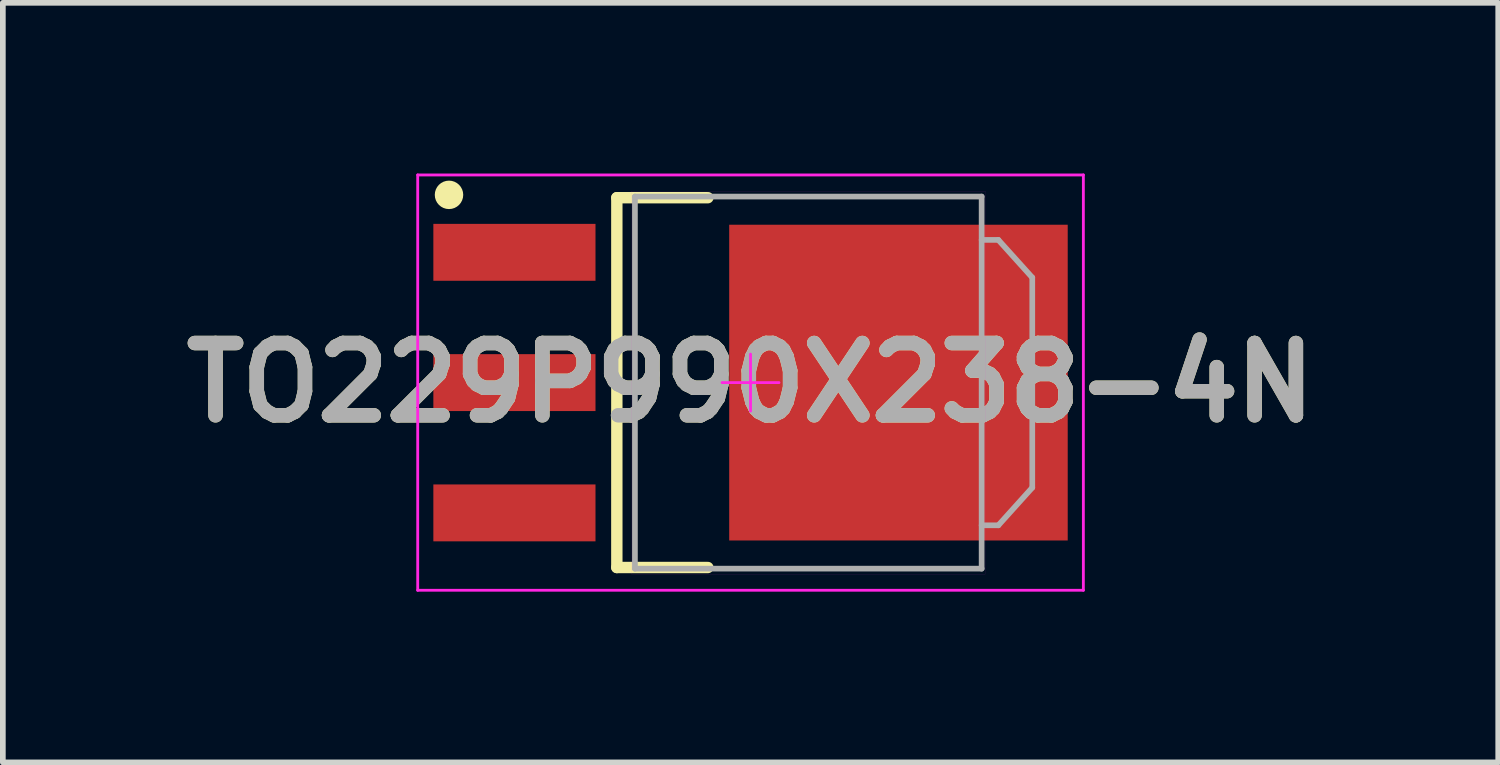
<source format=kicad_pcb>
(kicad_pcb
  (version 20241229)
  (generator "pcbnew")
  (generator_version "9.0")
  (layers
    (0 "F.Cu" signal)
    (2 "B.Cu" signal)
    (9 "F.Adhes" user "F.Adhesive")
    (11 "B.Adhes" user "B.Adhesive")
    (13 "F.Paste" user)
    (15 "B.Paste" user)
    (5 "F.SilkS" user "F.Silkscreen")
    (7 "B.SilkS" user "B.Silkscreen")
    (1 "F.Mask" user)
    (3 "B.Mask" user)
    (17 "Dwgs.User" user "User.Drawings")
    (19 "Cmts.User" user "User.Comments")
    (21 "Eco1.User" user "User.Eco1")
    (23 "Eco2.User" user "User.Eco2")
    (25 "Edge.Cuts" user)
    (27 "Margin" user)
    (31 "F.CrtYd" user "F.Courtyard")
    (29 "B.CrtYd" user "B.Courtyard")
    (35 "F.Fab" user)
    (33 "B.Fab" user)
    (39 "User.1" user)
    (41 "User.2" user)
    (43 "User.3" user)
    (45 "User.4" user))
  (footprint "TO229P990X238-4N"
    (layer "F.Cu")
    (at 10.142 3.675)
    (property "Reference" "TO229P990X238-4N" (at 0 0 0) (layer "F.SilkS") (effects (font (size 1.27 1.27) (thickness 0.254))))
    (attr smd)
    (fp_line (start -2.35 -3.25) (end -0.75 -3.25) (stroke (width 0.2) (type solid)) (layer "F.SilkS"))
    (fp_line (start -2.35 3.25) (end -2.35 -3.25) (stroke (width 0.2) (type solid)) (layer "F.SilkS"))
    (fp_line (start -0.75 3.25) (end -2.35 3.25) (stroke (width 0.2) (type solid)) (layer "F.SilkS"))
    (fp_circle (center -5.3 -3.3) (end -5.3 -3.175) (stroke (width 0.25) (type solid)) (fill no) (layer "F.SilkS"))
    (fp_line (start -5.85 -3.65) (end -5.85 3.65) (stroke (width 0.05) (type solid)) (layer "F.CrtYd"))
    (fp_line (start -5.85 3.65) (end 5.85 3.65) (stroke (width 0.05) (type solid)) (layer "F.CrtYd"))
    (fp_line (start -2.095 -3.365) (end -2.095 3.365) (stroke (width 0.001) (type solid)) (layer "F.CrtYd"))
    (fp_line (start -2.095 3.365) (end 4.125 3.365) (stroke (width 0.001) (type solid)) (layer "F.CrtYd"))
    (fp_line (start -0.5 0) (end 0.5 0) (stroke (width 0.05) (type solid)) (layer "F.CrtYd"))
    (fp_line (start 0 0.5) (end 0 -0.5) (stroke (width 0.05) (type solid)) (layer "F.CrtYd"))
    (fp_line (start 4.125 -3.365) (end -2.095 -3.365) (stroke (width 0.001) (type solid)) (layer "F.CrtYd"))
    (fp_line (start 4.125 3.365) (end 4.125 -3.365) (stroke (width 0.001) (type solid)) (layer "F.CrtYd"))
    (fp_line (start 5.85 -3.65) (end -5.85 -3.65) (stroke (width 0.05) (type solid)) (layer "F.CrtYd"))
    (fp_line (start 5.85 3.65) (end 5.85 -3.65) (stroke (width 0.05) (type solid)) (layer "F.CrtYd"))
    (fp_line (start -2.032 -3.27) (end -2.032 3.27) (stroke (width 0.1) (type solid)) (layer "F.Fab"))
    (fp_line (start -2.032 3.27) (end 4.062 3.27) (stroke (width 0.1) (type solid)) (layer "F.Fab"))
    (fp_line (start 4.062 -3.27) (end -2.032 -3.27) (stroke (width 0.1) (type solid)) (layer "F.Fab"))
    (fp_line (start 4.062 2.508) (end 4.356 2.508) (stroke (width 0.1) (type solid)) (layer "F.Fab"))
    (fp_line (start 4.062 3.27) (end 4.062 -3.27) (stroke (width 0.1) (type solid)) (layer "F.Fab"))
    (fp_line (start 4.356 -2.508) (end 4.062 -2.508) (stroke (width 0.1) (type solid)) (layer "F.Fab"))
    (fp_line (start 4.356 2.508) (end 4.952 1.846) (stroke (width 0.1) (type solid)) (layer "F.Fab"))
    (fp_line (start 4.952 -1.847) (end 4.356 -2.508) (stroke (width 0.1) (type solid)) (layer "F.Fab"))
    (fp_line (start 4.952 1.846) (end 4.952 -1.847) (stroke (width 0.1) (type solid)) (layer "F.Fab"))
    (fp_text user "${REFERENCE}" (at 0 0 0) (layer "F.Fab") (effects (font (size 1.27 1.27) (thickness 0.254))))
    (pad "1" smd rect (at -4.15 -2.29 90) (size 1 2.85) (layers "F.Cu" "F.Mask" "F.Paste"))
    (pad "2" smd rect (at -4.15 0 90) (size 1 2.85) (layers "F.Cu" "F.Mask" "F.Paste"))
    (pad "3" smd rect (at -4.15 2.29 90) (size 1 2.85) (layers "F.Cu" "F.Mask" "F.Paste"))
    (pad "4" smd rect (at 2.6 0 90) (size 5.55 5.95) (layers "F.Cu" "F.Mask" "F.Paste")))
  (gr_rect
    (start -3 -3)
    (end 23.284 10.35)
    (stroke (width 0.1) (type default))
    (fill no)
    (layer "Edge.Cuts")))
</source>
